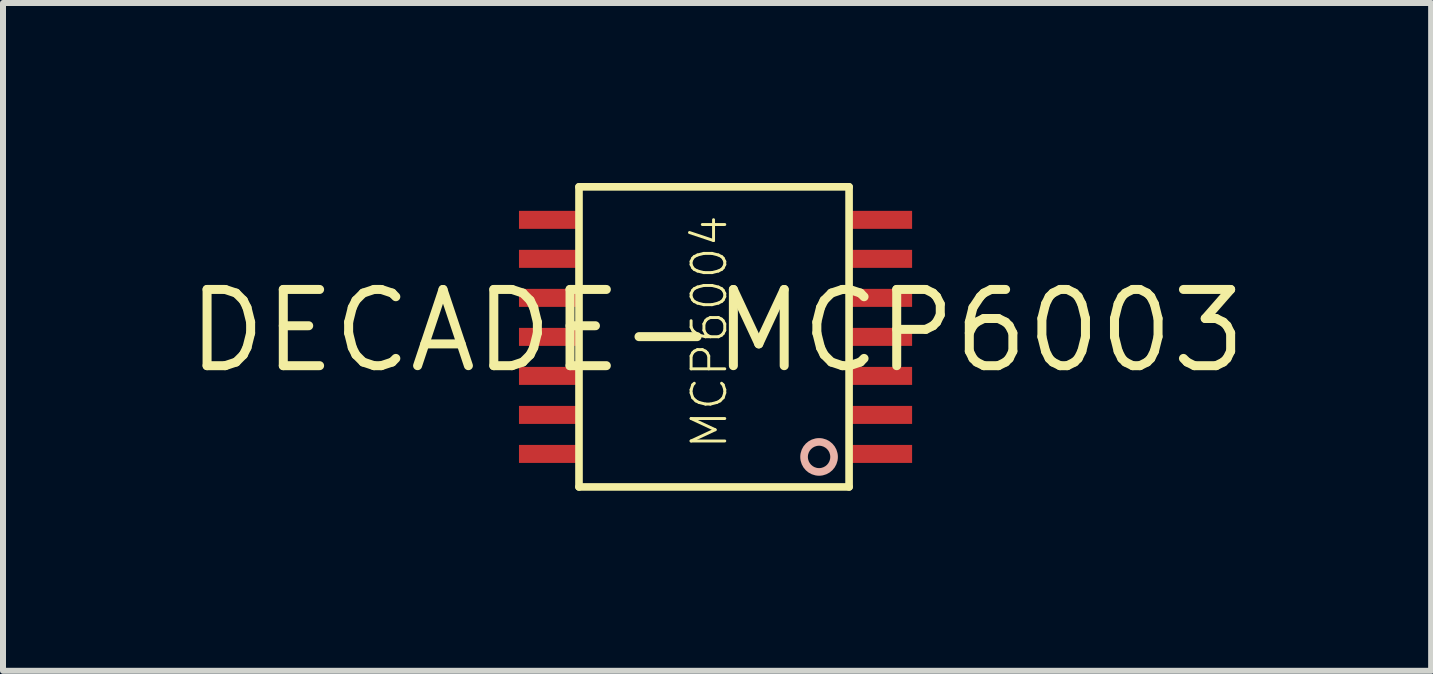
<source format=kicad_pcb>
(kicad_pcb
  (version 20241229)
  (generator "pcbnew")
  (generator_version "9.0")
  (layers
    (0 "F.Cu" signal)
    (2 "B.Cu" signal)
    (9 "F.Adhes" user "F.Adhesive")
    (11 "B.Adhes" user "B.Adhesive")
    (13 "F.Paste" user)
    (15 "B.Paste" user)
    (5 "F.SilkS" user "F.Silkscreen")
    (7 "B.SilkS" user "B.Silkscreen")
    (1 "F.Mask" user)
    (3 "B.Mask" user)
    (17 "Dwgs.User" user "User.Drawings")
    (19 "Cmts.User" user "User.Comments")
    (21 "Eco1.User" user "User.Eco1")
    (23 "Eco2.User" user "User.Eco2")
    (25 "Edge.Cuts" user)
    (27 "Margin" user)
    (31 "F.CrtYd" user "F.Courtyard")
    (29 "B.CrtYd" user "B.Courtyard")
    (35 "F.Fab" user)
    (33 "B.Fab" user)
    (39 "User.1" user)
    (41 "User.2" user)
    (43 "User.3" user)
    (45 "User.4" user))
  (footprint "DECADE-MCP6003"
    (layer "F.Cu")
    (at 8.897 2.463)
    (property "Reference" "DECADE-MCP6003" (at 0 0 0) (layer "F.SilkS") (effects (font (size 1.27 1.27) (thickness 0.15))))
    (fp_line (start -2.3 -2.4) (end 2.2 -2.4) (stroke (width 0.127) (type solid)) (layer "F.SilkS"))
    (fp_line (start -2.3 2.6) (end -2.3 -2.4) (stroke (width 0.127) (type solid)) (layer "F.SilkS"))
    (fp_line (start 2.2 -2.4) (end 2.2 2.6) (stroke (width 0.127) (type solid)) (layer "F.SilkS"))
    (fp_line (start 2.2 2.6) (end -2.3 2.6) (stroke (width 0.127) (type solid)) (layer "F.SilkS"))
    (fp_circle (center 1.7 2.1) (end 1.95 2.1) (stroke (width 0.127) (type solid)) (fill no) (layer "B.SilkS"))
    (fp_text user "MCP6004" (at 0.2 2 90) (layer "F.SilkS") (effects (font (size 0.561 0.561) (thickness 0.049)) (justify left bottom)))
    (pad "P$1" smd rect (at 2.75 2.05 180) (size 1 0.3) (layers "F.Cu" "F.Mask" "F.Paste"))
    (pad "P$2" smd rect (at 2.75 1.4 180) (size 1 0.3) (layers "F.Cu" "F.Mask" "F.Paste"))
    (pad "P$3" smd rect (at 2.75 0.75 180) (size 1 0.3) (layers "F.Cu" "F.Mask" "F.Paste"))
    (pad "P$4" smd rect (at 2.75 0.1 180) (size 1 0.3) (layers "F.Cu" "F.Mask" "F.Paste"))
    (pad "P$5" smd rect (at 2.75 -0.55 180) (size 1 0.3) (layers "F.Cu" "F.Mask" "F.Paste"))
    (pad "P$6" smd rect (at 2.75 -1.2 180) (size 1 0.3) (layers "F.Cu" "F.Mask" "F.Paste"))
    (pad "P$7" smd rect (at 2.75 -1.85 180) (size 1 0.3) (layers "F.Cu" "F.Mask" "F.Paste"))
    (pad "P$8" smd rect (at -2.8 -1.85) (size 1 0.3) (layers "F.Cu" "F.Mask" "F.Paste"))
    (pad "P$9" smd rect (at -2.8 -1.2) (size 1 0.3) (layers "F.Cu" "F.Mask" "F.Paste"))
    (pad "P$10" smd rect (at -2.8 -0.55) (size 1 0.3) (layers "F.Cu" "F.Mask" "F.Paste"))
    (pad "P$11" smd rect (at -2.8 0.1) (size 1 0.3) (layers "F.Cu" "F.Mask" "F.Paste"))
    (pad "P$12" smd rect (at -2.8 0.75) (size 1 0.3) (layers "F.Cu" "F.Mask" "F.Paste"))
    (pad "P$13" smd rect (at -2.8 1.4) (size 1 0.3) (layers "F.Cu" "F.Mask" "F.Paste"))
    (pad "P$14" smd rect (at -2.8 2.05) (size 1 0.3) (layers "F.Cu" "F.Mask" "F.Paste")))
  (gr_rect
    (start -3 -3)
    (end 20.795 8.127)
    (stroke (width 0.1) (type default))
    (fill no)
    (layer "Edge.Cuts")))
</source>
